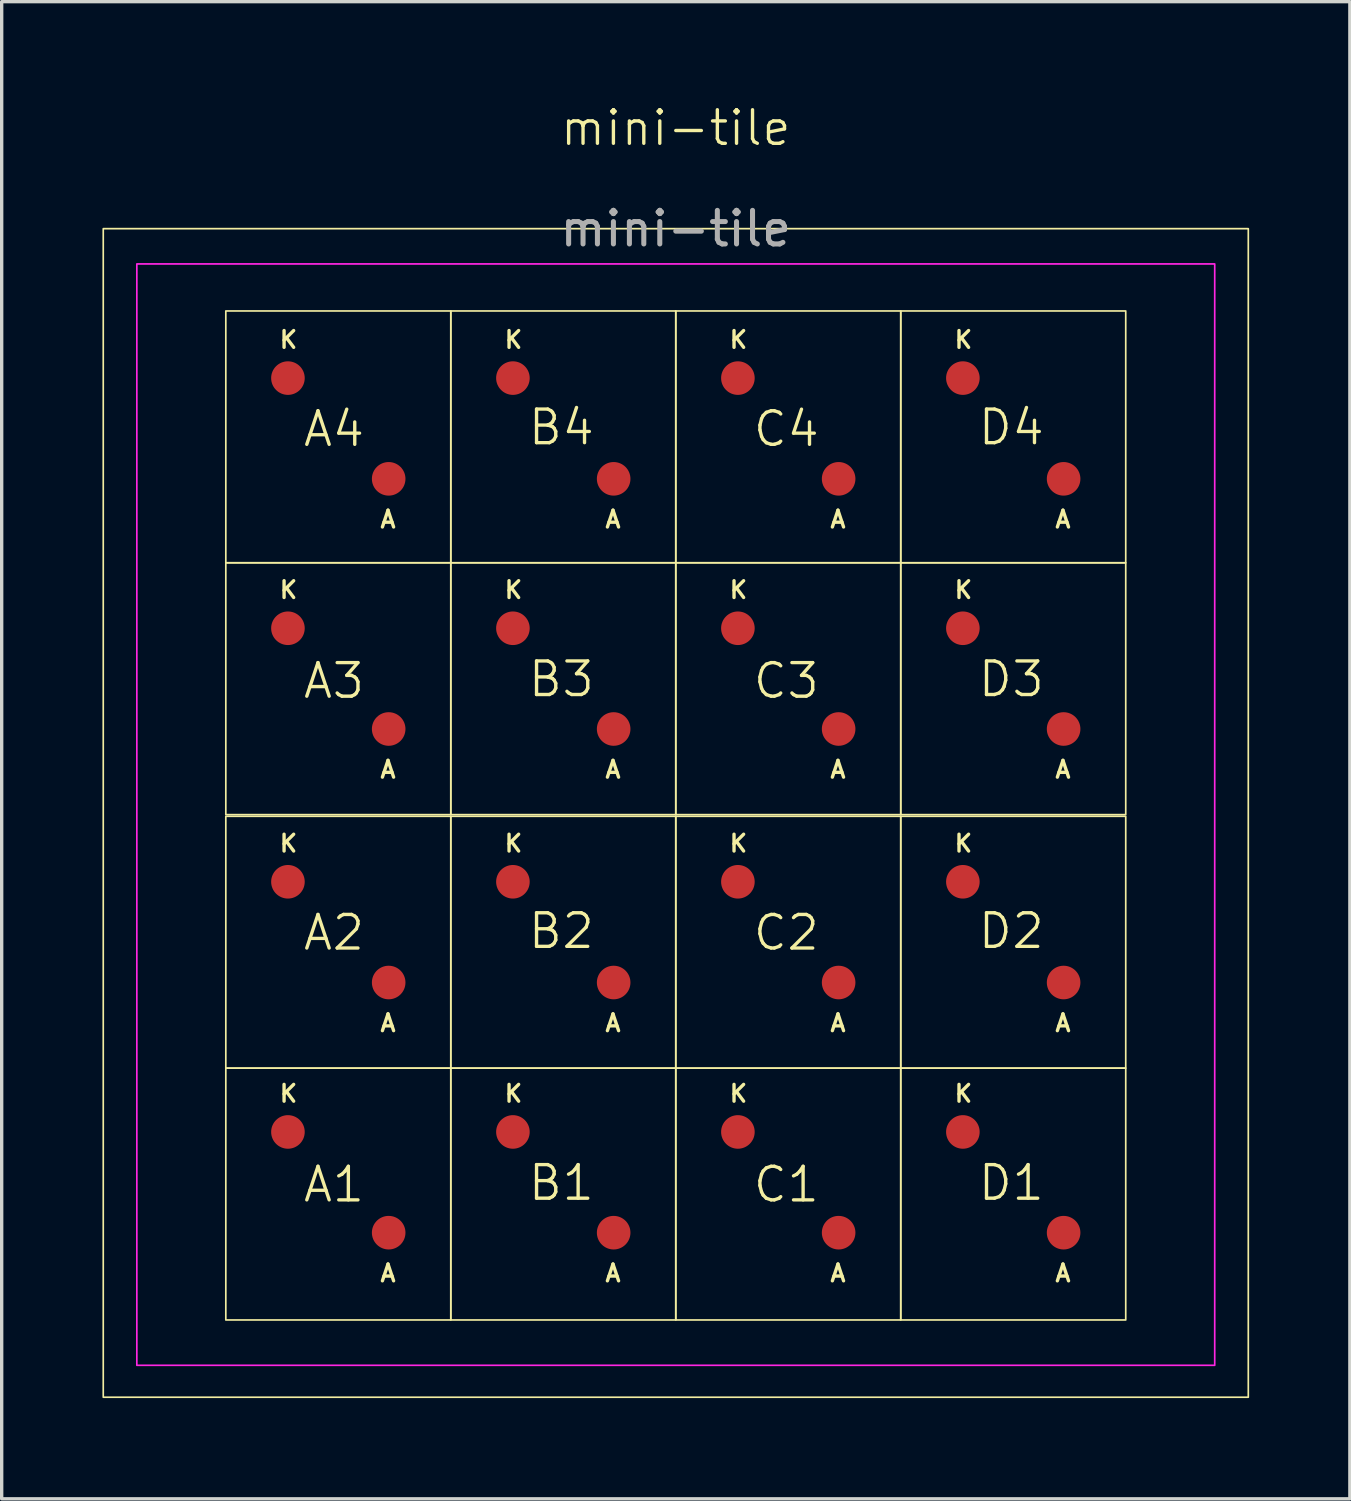
<source format=kicad_pcb>
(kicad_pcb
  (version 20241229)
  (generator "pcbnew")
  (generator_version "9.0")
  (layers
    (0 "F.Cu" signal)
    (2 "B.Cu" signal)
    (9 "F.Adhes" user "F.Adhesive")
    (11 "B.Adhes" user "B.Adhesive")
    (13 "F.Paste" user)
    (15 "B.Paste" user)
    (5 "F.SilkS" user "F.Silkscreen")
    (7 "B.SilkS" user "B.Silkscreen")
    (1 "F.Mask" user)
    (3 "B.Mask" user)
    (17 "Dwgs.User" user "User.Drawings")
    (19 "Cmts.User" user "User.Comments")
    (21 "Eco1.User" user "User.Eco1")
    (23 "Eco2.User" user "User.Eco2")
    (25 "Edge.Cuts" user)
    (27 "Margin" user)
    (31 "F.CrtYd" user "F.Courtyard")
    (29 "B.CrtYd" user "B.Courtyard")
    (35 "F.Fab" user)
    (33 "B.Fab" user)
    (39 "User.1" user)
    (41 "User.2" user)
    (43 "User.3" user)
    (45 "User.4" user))
  (footprint "mini-tile"
    (layer "F.Cu")
    (at 17.075 21.21)
    (property "Reference" "mini-tile" (at 0 -20.45 0) (unlocked yes) (layer "F.SilkS") (effects (font (size 1 1) (thickness 0.1))))
    (attr smd)
    (fp_rect (start -17.05 -17.45) (end 17.05 17.35) (stroke (width 0.05) (type solid)) (fill no) (layer "F.SilkS"))
    (fp_rect (start -13.4 -15) (end -6.7 -7.5) (stroke (width 0.05) (type solid)) (fill no) (layer "F.SilkS"))
    (fp_rect (start -13.4 -7.5) (end -6.7 0) (stroke (width 0.05) (type solid)) (fill no) (layer "F.SilkS"))
    (fp_rect (start -13.4 0.05) (end -6.7 7.55) (stroke (width 0.05) (type solid)) (fill no) (layer "F.SilkS"))
    (fp_rect (start -13.4 7.55) (end -6.7 15.05) (stroke (width 0.05) (type solid)) (fill no) (layer "F.SilkS"))
    (fp_rect (start -6.7 -15) (end 0 -7.5) (stroke (width 0.05) (type solid)) (fill no) (layer "F.SilkS"))
    (fp_rect (start -6.7 -7.5) (end 0 0) (stroke (width 0.05) (type solid)) (fill no) (layer "F.SilkS"))
    (fp_rect (start -6.7 0.05) (end 0 7.55) (stroke (width 0.05) (type solid)) (fill no) (layer "F.SilkS"))
    (fp_rect (start -6.7 7.55) (end 0 15.05) (stroke (width 0.05) (type solid)) (fill no) (layer "F.SilkS"))
    (fp_rect (start 0 -15) (end 6.7 -7.5) (stroke (width 0.05) (type solid)) (fill no) (layer "F.SilkS"))
    (fp_rect (start 0 -7.5) (end 6.7 0) (stroke (width 0.05) (type solid)) (fill no) (layer "F.SilkS"))
    (fp_rect (start 0 0.05) (end 6.7 7.55) (stroke (width 0.05) (type solid)) (fill no) (layer "F.SilkS"))
    (fp_rect (start 0 7.55) (end 6.7 15.05) (stroke (width 0.05) (type solid)) (fill no) (layer "F.SilkS"))
    (fp_rect (start 6.7 -15) (end 13.4 -7.5) (stroke (width 0.05) (type solid)) (fill no) (layer "F.SilkS"))
    (fp_rect (start 6.7 -7.5) (end 13.4 0) (stroke (width 0.05) (type solid)) (fill no) (layer "F.SilkS"))
    (fp_rect (start 6.7 0.05) (end 13.4 7.55) (stroke (width 0.05) (type solid)) (fill no) (layer "F.SilkS"))
    (fp_rect (start 6.7 7.55) (end 13.4 15.05) (stroke (width 0.05) (type solid)) (fill no) (layer "F.SilkS"))
    (fp_rect (start -16.05 -16.4) (end 16.05 16.4) (stroke (width 0.05) (type solid)) (fill no) (layer "F.CrtYd"))
    (fp_text user "K" (at -11.85 8.6 0) (unlocked yes) (layer "F.SilkS") (effects (font (size 0.5 0.5) (thickness 0.1)) (justify left bottom)))
    (fp_text user "K" (at -5.15 1.15 0) (unlocked yes) (layer "F.SilkS") (effects (font (size 0.5 0.5) (thickness 0.1)) (justify left bottom)))
    (fp_text user "B2" (at -4.45 4.05 0) (unlocked yes) (layer "F.SilkS") (effects (font (size 1 1) (thickness 0.1)) (justify left bottom)))
    (fp_text user "A1" (at -11.15 11.6 0) (unlocked yes) (layer "F.SilkS") (effects (font (size 1 1) (thickness 0.1)) (justify left bottom)))
    (fp_text user "A" (at 4.55 6.5 0) (unlocked yes) (layer "F.SilkS") (effects (font (size 0.5 0.5) (thickness 0.1)) (justify left bottom)))
    (fp_text user "A" (at 11.25 6.5 0) (unlocked yes) (layer "F.SilkS") (effects (font (size 0.5 0.5) (thickness 0.1)) (justify left bottom)))
    (fp_text user "A" (at -2.15 6.5 0) (unlocked yes) (layer "F.SilkS") (effects (font (size 0.5 0.5) (thickness 0.1)) (justify left bottom)))
    (fp_text user "A" (at -2.15 13.95 0) (unlocked yes) (layer "F.SilkS") (effects (font (size 0.5 0.5) (thickness 0.1)) (justify left bottom)))
    (fp_text user "C2" (at 2.25 4.1 0) (unlocked yes) (layer "F.SilkS") (effects (font (size 1 1) (thickness 0.1)) (justify left bottom)))
    (fp_text user "K" (at -11.85 1.15 0) (unlocked yes) (layer "F.SilkS") (effects (font (size 0.5 0.5) (thickness 0.1)) (justify left bottom)))
    (fp_text user "D2" (at 8.95 4.05 0) (unlocked yes) (layer "F.SilkS") (effects (font (size 1 1) (thickness 0.1)) (justify left bottom)))
    (fp_text user "A" (at -8.85 13.95 0) (unlocked yes) (layer "F.SilkS") (effects (font (size 0.5 0.5) (thickness 0.1)) (justify left bottom)))
    (fp_text user "A3" (at -11.15 -3.4 0) (unlocked yes) (layer "F.SilkS") (effects (font (size 1 1) (thickness 0.1)) (justify left bottom)))
    (fp_text user "K" (at -11.85 -6.4 0) (unlocked yes) (layer "F.SilkS") (effects (font (size 0.5 0.5) (thickness 0.1)) (justify left bottom)))
    (fp_text user "A" (at -8.85 -8.5 0) (unlocked yes) (layer "F.SilkS") (effects (font (size 0.5 0.5) (thickness 0.1)) (justify left bottom)))
    (fp_text user "B4" (at -4.45 -10.95 0) (unlocked yes) (layer "F.SilkS") (effects (font (size 1 1) (thickness 0.1)) (justify left bottom)))
    (fp_text user "K" (at 1.55 1.15 0) (unlocked yes) (layer "F.SilkS") (effects (font (size 0.5 0.5) (thickness 0.1)) (justify left bottom)))
    (fp_text user "A" (at 4.55 -8.5 0) (unlocked yes) (layer "F.SilkS") (effects (font (size 0.5 0.5) (thickness 0.1)) (justify left bottom)))
    (fp_text user "D3" (at 8.95 -3.45 0) (unlocked yes) (layer "F.SilkS") (effects (font (size 1 1) (thickness 0.1)) (justify left bottom)))
    (fp_text user "K" (at -11.85 -13.85 0) (unlocked yes) (layer "F.SilkS") (effects (font (size 0.5 0.5) (thickness 0.1)) (justify left bottom)))
    (fp_text user "A" (at 11.25 13.95 0) (unlocked yes) (layer "F.SilkS") (effects (font (size 0.5 0.5) (thickness 0.1)) (justify left bottom)))
    (fp_text user "A4" (at -11.15 -10.9 0) (unlocked yes) (layer "F.SilkS") (effects (font (size 1 1) (thickness 0.1)) (justify left bottom)))
    (fp_text user "K" (at 1.55 8.6 0) (unlocked yes) (layer "F.SilkS") (effects (font (size 0.5 0.5) (thickness 0.1)) (justify left bottom)))
    (fp_text user "A" (at -8.85 6.5 0) (unlocked yes) (layer "F.SilkS") (effects (font (size 0.5 0.5) (thickness 0.1)) (justify left bottom)))
    (fp_text user "K" (at 1.55 -6.4 0) (unlocked yes) (layer "F.SilkS") (effects (font (size 0.5 0.5) (thickness 0.1)) (justify left bottom)))
    (fp_text user "A2" (at -11.15 4.1 0) (unlocked yes) (layer "F.SilkS") (effects (font (size 1 1) (thickness 0.1)) (justify left bottom)))
    (fp_text user "B1" (at -4.45 11.55 0) (unlocked yes) (layer "F.SilkS") (effects (font (size 1 1) (thickness 0.1)) (justify left bottom)))
    (fp_text user "K" (at -5.15 8.6 0) (unlocked yes) (layer "F.SilkS") (effects (font (size 0.5 0.5) (thickness 0.1)) (justify left bottom)))
    (fp_text user "C3" (at 2.25 -3.4 0) (unlocked yes) (layer "F.SilkS") (effects (font (size 1 1) (thickness 0.1)) (justify left bottom)))
    (fp_text user "C1" (at 2.25 11.6 0) (unlocked yes) (layer "F.SilkS") (effects (font (size 1 1) (thickness 0.1)) (justify left bottom)))
    (fp_text user "A" (at 4.55 -1.05 0) (unlocked yes) (layer "F.SilkS") (effects (font (size 0.5 0.5) (thickness 0.1)) (justify left bottom)))
    (fp_text user "K" (at 8.25 1.15 0) (unlocked yes) (layer "F.SilkS") (effects (font (size 0.5 0.5) (thickness 0.1)) (justify left bottom)))
    (fp_text user "K" (at -5.15 -6.4 0) (unlocked yes) (layer "F.SilkS") (effects (font (size 0.5 0.5) (thickness 0.1)) (justify left bottom)))
    (fp_text user "A" (at -2.15 -1.05 0) (unlocked yes) (layer "F.SilkS") (effects (font (size 0.5 0.5) (thickness 0.1)) (justify left bottom)))
    (fp_text user "A" (at 4.55 13.95 0) (unlocked yes) (layer "F.SilkS") (effects (font (size 0.5 0.5) (thickness 0.1)) (justify left bottom)))
    (fp_text user "K" (at 8.25 -6.4 0) (unlocked yes) (layer "F.SilkS") (effects (font (size 0.5 0.5) (thickness 0.1)) (justify left bottom)))
    (fp_text user "K" (at 8.25 8.6 0) (unlocked yes) (layer "F.SilkS") (effects (font (size 0.5 0.5) (thickness 0.1)) (justify left bottom)))
    (fp_text user "A" (at 11.25 -1.05 0) (unlocked yes) (layer "F.SilkS") (effects (font (size 0.5 0.5) (thickness 0.1)) (justify left bottom)))
    (fp_text user "D1" (at 8.95 11.55 0) (unlocked yes) (layer "F.SilkS") (effects (font (size 1 1) (thickness 0.1)) (justify left bottom)))
    (fp_text user "A" (at 11.25 -8.5 0) (unlocked yes) (layer "F.SilkS") (effects (font (size 0.5 0.5) (thickness 0.1)) (justify left bottom)))
    (fp_text user "A" (at -2.15 -8.5 0) (unlocked yes) (layer "F.SilkS") (effects (font (size 0.5 0.5) (thickness 0.1)) (justify left bottom)))
    (fp_text user "D4" (at 8.95 -10.95 0) (unlocked yes) (layer "F.SilkS") (effects (font (size 1 1) (thickness 0.1)) (justify left bottom)))
    (fp_text user "C4" (at 2.25 -10.9 0) (unlocked yes) (layer "F.SilkS") (effects (font (size 1 1) (thickness 0.1)) (justify left bottom)))
    (fp_text user "A" (at -8.85 -1.05 0) (unlocked yes) (layer "F.SilkS") (effects (font (size 0.5 0.5) (thickness 0.1)) (justify left bottom)))
    (fp_text user "K" (at -5.15 -13.85 0) (unlocked yes) (layer "F.SilkS") (effects (font (size 0.5 0.5) (thickness 0.1)) (justify left bottom)))
    (fp_text user "K" (at 1.55 -13.85 0) (unlocked yes) (layer "F.SilkS") (effects (font (size 0.5 0.5) (thickness 0.1)) (justify left bottom)))
    (fp_text user "K" (at 8.25 -13.85 0) (unlocked yes) (layer "F.SilkS") (effects (font (size 0.5 0.5) (thickness 0.1)) (justify left bottom)))
    (fp_text user "B3" (at -4.45 -3.45 0) (unlocked yes) (layer "F.SilkS") (effects (font (size 1 1) (thickness 0.1)) (justify left bottom)))
    (fp_text user "${REFERENCE}" (at 0 -17.45 0) (unlocked yes) (layer "F.Fab") (effects (font (size 1 1) (thickness 0.15))))
    (pad "AA1" smd circle (at -8.55 12.45) (size 1 1) (layers "F.Cu" "F.Mask" "F.Paste"))
    (pad "AA2" smd circle (at -8.55 5) (size 1 1) (layers "F.Cu" "F.Mask" "F.Paste"))
    (pad "AA3" smd circle (at -8.55 -2.55) (size 1 1) (layers "F.Cu" "F.Mask" "F.Paste"))
    (pad "AA4" smd circle (at -8.55 -10) (size 1 1) (layers "F.Cu" "F.Mask" "F.Paste"))
    (pad "AB1" smd circle (at -1.85 12.45) (size 1 1) (layers "F.Cu" "F.Mask" "F.Paste"))
    (pad "AB2" smd circle (at -1.85 5) (size 1 1) (layers "F.Cu" "F.Mask" "F.Paste"))
    (pad "AB3" smd circle (at -1.85 -2.55) (size 1 1) (layers "F.Cu" "F.Mask" "F.Paste"))
    (pad "AB4" smd circle (at -1.85 -10) (size 1 1) (layers "F.Cu" "F.Mask" "F.Paste"))
    (pad "AC1" smd circle (at 4.85 12.45) (size 1 1) (layers "F.Cu" "F.Mask" "F.Paste"))
    (pad "AC2" smd circle (at 4.85 5) (size 1 1) (layers "F.Cu" "F.Mask" "F.Paste"))
    (pad "AC3" smd circle (at 4.85 -2.55) (size 1 1) (layers "F.Cu" "F.Mask" "F.Paste"))
    (pad "AC4" smd circle (at 4.85 -10) (size 1 1) (layers "F.Cu" "F.Mask" "F.Paste"))
    (pad "AD1" smd circle (at 11.55 12.45) (size 1 1) (layers "F.Cu" "F.Mask" "F.Paste"))
    (pad "AD2" smd circle (at 11.55 5) (size 1 1) (layers "F.Cu" "F.Mask" "F.Paste"))
    (pad "AD3" smd circle (at 11.55 -2.55) (size 1 1) (layers "F.Cu" "F.Mask" "F.Paste"))
    (pad "AD4" smd circle (at 11.55 -10) (size 1 1) (layers "F.Cu" "F.Mask" "F.Paste"))
    (pad "KA1" smd circle (at -11.55 9.45) (size 1 1) (layers "F.Cu" "F.Mask" "F.Paste"))
    (pad "KA2" smd circle (at -11.55 2) (size 1 1) (layers "F.Cu" "F.Mask" "F.Paste"))
    (pad "KA3" smd circle (at -11.55 -5.55) (size 1 1) (layers "F.Cu" "F.Mask" "F.Paste"))
    (pad "KA4" smd circle (at -11.55 -13) (size 1 1) (layers "F.Cu" "F.Mask" "F.Paste"))
    (pad "KB1" smd circle (at -4.85 9.45) (size 1 1) (layers "F.Cu" "F.Mask" "F.Paste"))
    (pad "KB2" smd circle (at -4.85 2) (size 1 1) (layers "F.Cu" "F.Mask" "F.Paste"))
    (pad "KB3" smd circle (at -4.85 -5.55) (size 1 1) (layers "F.Cu" "F.Mask" "F.Paste"))
    (pad "KB4" smd circle (at -4.85 -13) (size 1 1) (layers "F.Cu" "F.Mask" "F.Paste"))
    (pad "KC1" smd circle (at 1.85 9.45) (size 1 1) (layers "F.Cu" "F.Mask" "F.Paste"))
    (pad "KC2" smd circle (at 1.85 2) (size 1 1) (layers "F.Cu" "F.Mask" "F.Paste"))
    (pad "KC3" smd circle (at 1.85 -5.55) (size 1 1) (layers "F.Cu" "F.Mask" "F.Paste"))
    (pad "KC4" smd circle (at 1.85 -13) (size 1 1) (layers "F.Cu" "F.Mask" "F.Paste"))
    (pad "KD1" smd circle (at 8.55 9.45) (size 1 1) (layers "F.Cu" "F.Mask" "F.Paste"))
    (pad "KD2" smd circle (at 8.55 2) (size 1 1) (layers "F.Cu" "F.Mask" "F.Paste"))
    (pad "KD3" smd circle (at 8.55 -5.55) (size 1 1) (layers "F.Cu" "F.Mask" "F.Paste"))
    (pad "KD4" smd circle (at 8.55 -13) (size 1 1) (layers "F.Cu" "F.Mask" "F.Paste")))
  (gr_rect
    (start -3 -3)
    (end 37.15 41.586)
    (stroke (width 0.1) (type default))
    (fill no)
    (layer "Edge.Cuts")))
</source>
